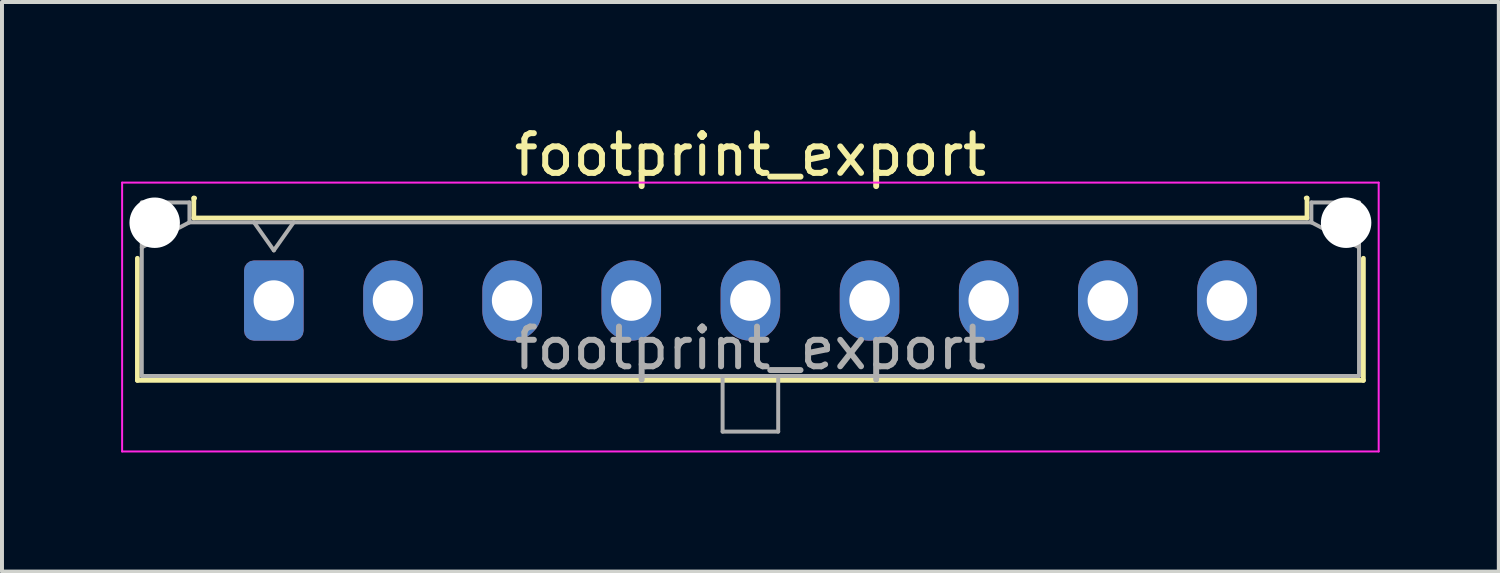
<source format=kicad_pcb>
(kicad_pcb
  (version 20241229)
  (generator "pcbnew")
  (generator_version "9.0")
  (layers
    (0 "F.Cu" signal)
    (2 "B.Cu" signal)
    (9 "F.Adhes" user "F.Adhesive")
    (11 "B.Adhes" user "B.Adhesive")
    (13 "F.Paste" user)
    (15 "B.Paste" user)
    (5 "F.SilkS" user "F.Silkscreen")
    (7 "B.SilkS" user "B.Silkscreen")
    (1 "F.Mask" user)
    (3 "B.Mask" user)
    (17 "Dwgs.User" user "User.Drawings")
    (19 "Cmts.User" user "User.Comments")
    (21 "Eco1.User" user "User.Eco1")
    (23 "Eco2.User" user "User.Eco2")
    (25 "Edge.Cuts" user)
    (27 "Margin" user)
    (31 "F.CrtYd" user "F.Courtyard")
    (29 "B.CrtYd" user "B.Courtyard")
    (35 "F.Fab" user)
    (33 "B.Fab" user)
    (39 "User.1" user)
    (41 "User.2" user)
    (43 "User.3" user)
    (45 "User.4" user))
  (footprint "footprint_export"
    (layer "F.Cu")
    (at 3.845 4.518)
    (property "Reference" "footprint_export" (at 12 -3.67 0) (layer "F.SilkS") (effects (font (size 1 1) (thickness 0.15))))
    (attr through_hole)
    (fp_line (start -3.435 -1.065) (end -3.435 2.01) (stroke (width 0.12) (type solid)) (layer "F.SilkS"))
    (fp_line (start -3.435 2.01) (end 27.435 2.01) (stroke (width 0.12) (type solid)) (layer "F.SilkS"))
    (fp_line (start -2.015 -2.58) (end -2.015 -2.08) (stroke (width 0.12) (type solid)) (layer "F.SilkS"))
    (fp_line (start -2.015 -2.08) (end 26.015 -2.08) (stroke (width 0.12) (type solid)) (layer "F.SilkS"))
    (fp_line (start -1.995 -2.58) (end -2.015 -2.58) (stroke (width 0.12) (type solid)) (layer "F.SilkS"))
    (fp_line (start 26.015 -2.58) (end 25.995 -2.58) (stroke (width 0.12) (type solid)) (layer "F.SilkS"))
    (fp_line (start 26.015 -2.08) (end 26.015 -2.58) (stroke (width 0.12) (type solid)) (layer "F.SilkS"))
    (fp_line (start 27.435 2.01) (end 27.435 -1.065) (stroke (width 0.12) (type solid)) (layer "F.SilkS"))
    (fp_line (start -3.82 -2.97) (end 27.82 -2.97) (stroke (width 0.05) (type solid)) (layer "F.CrtYd"))
    (fp_line (start -3.82 3.8) (end -3.82 -2.97) (stroke (width 0.05) (type solid)) (layer "F.CrtYd"))
    (fp_line (start 27.82 -2.97) (end 27.82 3.8) (stroke (width 0.05) (type solid)) (layer "F.CrtYd"))
    (fp_line (start 27.82 3.8) (end -3.82 3.8) (stroke (width 0.05) (type solid)) (layer "F.CrtYd"))
    (fp_line (start -3.325 -2.47) (end -3.325 1.9) (stroke (width 0.1) (type solid)) (layer "F.Fab"))
    (fp_line (start -3.325 -1.34) (end -2.125 -1.97) (stroke (width 0.1) (type solid)) (layer "F.Fab"))
    (fp_line (start -3.325 1.9) (end 27.325 1.9) (stroke (width 0.1) (type solid)) (layer "F.Fab"))
    (fp_line (start -2.125 -2.47) (end -3.325 -2.47) (stroke (width 0.1) (type solid)) (layer "F.Fab"))
    (fp_line (start -2.125 -1.97) (end -2.125 -2.47) (stroke (width 0.1) (type solid)) (layer "F.Fab"))
    (fp_line (start -0.5 -1.97) (end 0 -1.263) (stroke (width 0.1) (type solid)) (layer "F.Fab"))
    (fp_line (start 0 -1.263) (end 0.5 -1.97) (stroke (width 0.1) (type solid)) (layer "F.Fab"))
    (fp_line (start 11.3 1.9) (end 11.3 3.3) (stroke (width 0.1) (type solid)) (layer "F.Fab"))
    (fp_line (start 11.3 3.3) (end 12.7 3.3) (stroke (width 0.1) (type solid)) (layer "F.Fab"))
    (fp_line (start 12.7 3.3) (end 12.7 1.9) (stroke (width 0.1) (type solid)) (layer "F.Fab"))
    (fp_line (start 26.125 -2.47) (end 26.125 -1.97) (stroke (width 0.1) (type solid)) (layer "F.Fab"))
    (fp_line (start 26.125 -1.97) (end -2.125 -1.97) (stroke (width 0.1) (type solid)) (layer "F.Fab"))
    (fp_line (start 27.325 -2.47) (end 26.125 -2.47) (stroke (width 0.1) (type solid)) (layer "F.Fab"))
    (fp_line (start 27.325 -1.34) (end 26.125 -1.97) (stroke (width 0.1) (type solid)) (layer "F.Fab"))
    (fp_line (start 27.325 1.9) (end 27.325 -2.47) (stroke (width 0.1) (type solid)) (layer "F.Fab"))
    (fp_text user "${REFERENCE}" (at 12 1.2 0) (layer "F.Fab") (effects (font (size 1 1) (thickness 0.15))))
    (pad "" np_thru_hole circle (at -3 -1.96) (size 1.27 1.27) (drill 1.27) (layers "*.Cu" "*.Mask"))
    (pad "" np_thru_hole circle (at 27 -1.96) (size 1.27 1.27) (drill 1.27) (layers "*.Cu" "*.Mask"))
    (pad "1" thru_hole roundrect (at 0 0) (size 1.5 2.02) (drill 1.02) (layers "*.Cu" "*.Mask") (roundrect_rratio 0.167))
    (pad "2" thru_hole oval (at 3 0) (size 1.5 2.02) (drill 1.02) (layers "*.Cu" "*.Mask"))
    (pad "3" thru_hole oval (at 6 0) (size 1.5 2.02) (drill 1.02) (layers "*.Cu" "*.Mask"))
    (pad "4" thru_hole oval (at 9 0) (size 1.5 2.02) (drill 1.02) (layers "*.Cu" "*.Mask"))
    (pad "5" thru_hole oval (at 12 0) (size 1.5 2.02) (drill 1.02) (layers "*.Cu" "*.Mask"))
    (pad "6" thru_hole oval (at 15 0) (size 1.5 2.02) (drill 1.02) (layers "*.Cu" "*.Mask"))
    (pad "7" thru_hole oval (at 18 0) (size 1.5 2.02) (drill 1.02) (layers "*.Cu" "*.Mask"))
    (pad "8" thru_hole oval (at 21 0) (size 1.5 2.02) (drill 1.02) (layers "*.Cu" "*.Mask"))
    (pad "9" thru_hole oval (at 24 0) (size 1.5 2.02) (drill 1.02) (layers "*.Cu" "*.Mask")))
  (gr_rect
    (start -3 -3)
    (end 34.69 11.343)
    (stroke (width 0.1) (type default))
    (fill no)
    (layer "Edge.Cuts")))
</source>
